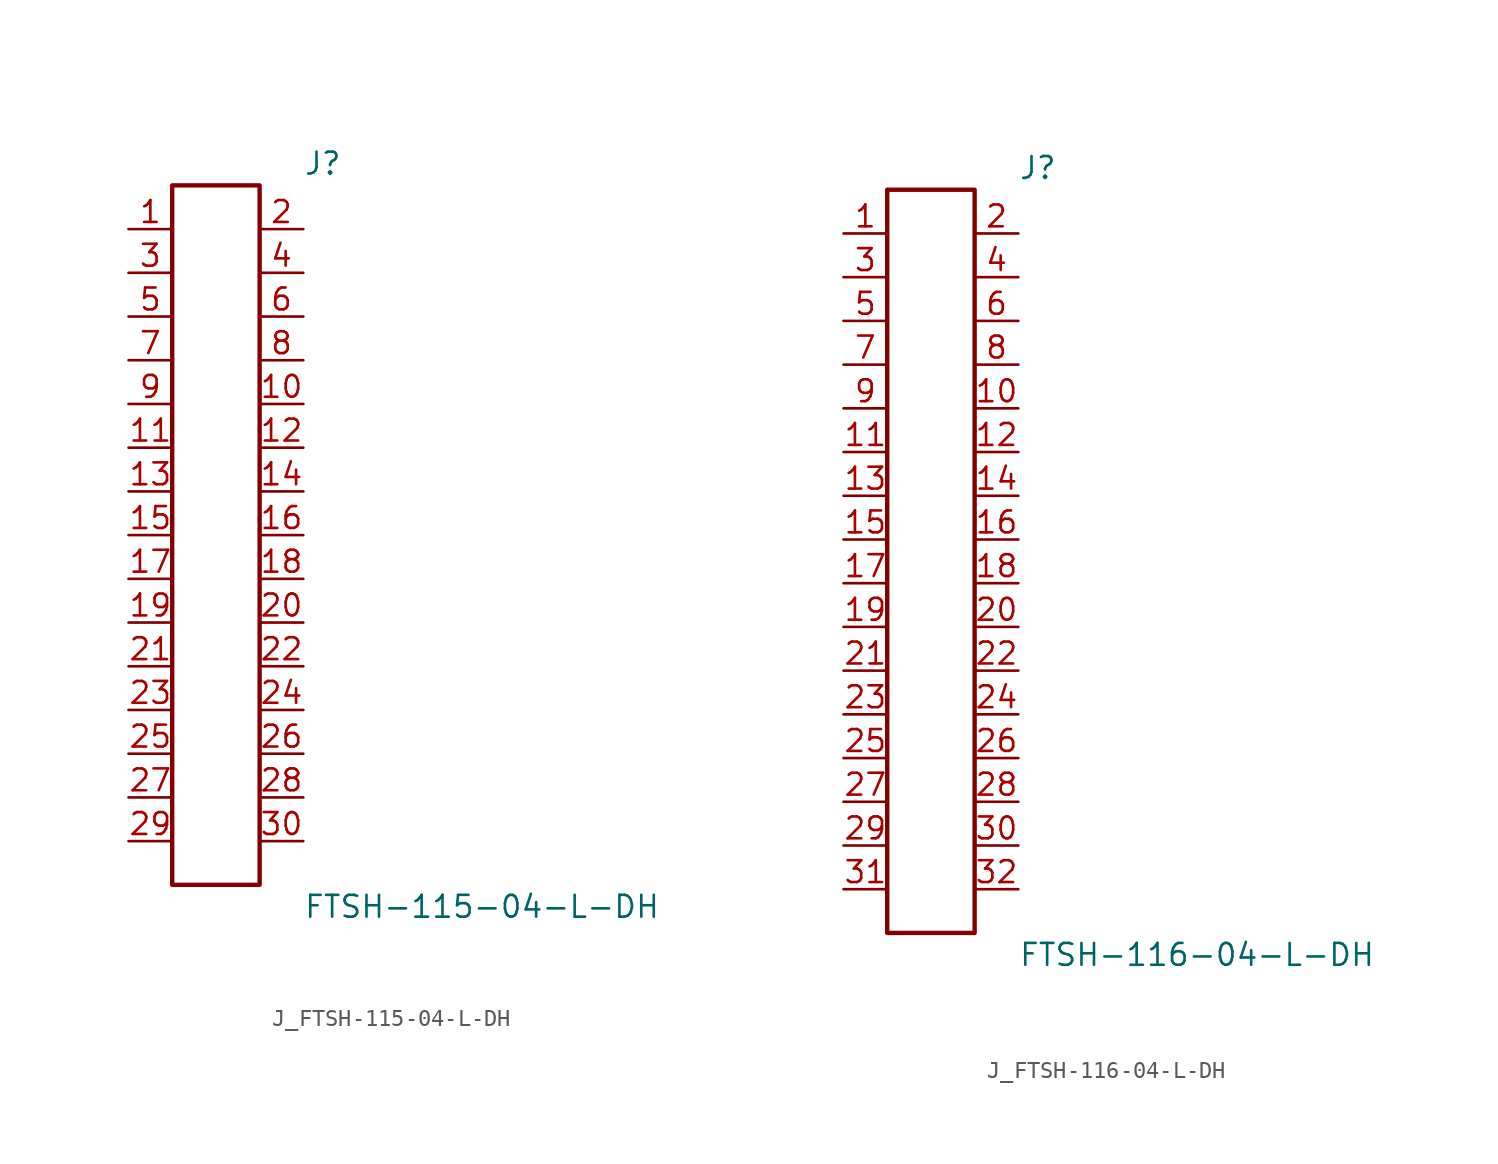
<source format=kicad_sym>
(kicad_symbol_lib
  (version 20231120)
  (generator kicad_symbol_editor)
  (generator_version 8.0)
  (symbol "J_FTSH-115-04-L-DH"
    (pin_names
      (offset 0.254))
    (property "Reference" "J"
      (at 5.08 21.59 0)
      (effects (font (size 1.27 1.27)) (justify left)))
    (property "Value" "FTSH-115-04-L-DH"
      (at 5.08 -21.59 0)
      (effects (font (size 1.27 1.27)) (justify left)))
    (symbol "J_FTSH-115-04-L-DH_0_0"
      (pin unspecified line (at -5.08 17.78 0) (length 2.54) (name "" (effects (font (size 1.27 1.27)))) (number "1" (effects (font (size 1.27 1.27)))))
      (pin unspecified line (at 5.08 17.78 180) (length 2.54) (name "" (effects (font (size 1.27 1.27)))) (number "2" (effects (font (size 1.27 1.27)))))
      (pin unspecified line (at -5.08 15.24 0) (length 2.54) (name "" (effects (font (size 1.27 1.27)))) (number "3" (effects (font (size 1.27 1.27)))))
      (pin unspecified line (at 5.08 15.24 180) (length 2.54) (name "" (effects (font (size 1.27 1.27)))) (number "4" (effects (font (size 1.27 1.27)))))
      (pin unspecified line (at -5.08 12.7 0) (length 2.54) (name "" (effects (font (size 1.27 1.27)))) (number "5" (effects (font (size 1.27 1.27)))))
      (pin unspecified line (at 5.08 12.7 180) (length 2.54) (name "" (effects (font (size 1.27 1.27)))) (number "6" (effects (font (size 1.27 1.27)))))
      (pin unspecified line (at -5.08 10.16 0) (length 2.54) (name "" (effects (font (size 1.27 1.27)))) (number "7" (effects (font (size 1.27 1.27)))))
      (pin unspecified line (at 5.08 10.16 180) (length 2.54) (name "" (effects (font (size 1.27 1.27)))) (number "8" (effects (font (size 1.27 1.27)))))
      (pin unspecified line (at -5.08 7.62 0) (length 2.54) (name "" (effects (font (size 1.27 1.27)))) (number "9" (effects (font (size 1.27 1.27)))))
      (pin unspecified line (at 5.08 7.62 180) (length 2.54) (name "" (effects (font (size 1.27 1.27)))) (number "10" (effects (font (size 1.27 1.27)))))
      (pin unspecified line (at -5.08 5.08 0) (length 2.54) (name "" (effects (font (size 1.27 1.27)))) (number "11" (effects (font (size 1.27 1.27)))))
      (pin unspecified line (at 5.08 5.08 180) (length 2.54) (name "" (effects (font (size 1.27 1.27)))) (number "12" (effects (font (size 1.27 1.27)))))
      (pin unspecified line (at -5.08 2.54 0) (length 2.54) (name "" (effects (font (size 1.27 1.27)))) (number "13" (effects (font (size 1.27 1.27)))))
      (pin unspecified line (at 5.08 2.54 180) (length 2.54) (name "" (effects (font (size 1.27 1.27)))) (number "14" (effects (font (size 1.27 1.27)))))
      (pin unspecified line (at -5.08 0.0 0) (length 2.54) (name "" (effects (font (size 1.27 1.27)))) (number "15" (effects (font (size 1.27 1.27)))))
      (pin unspecified line (at 5.08 0.0 180) (length 2.54) (name "" (effects (font (size 1.27 1.27)))) (number "16" (effects (font (size 1.27 1.27)))))
      (pin unspecified line (at -5.08 -2.54 0) (length 2.54) (name "" (effects (font (size 1.27 1.27)))) (number "17" (effects (font (size 1.27 1.27)))))
      (pin unspecified line (at 5.08 -2.54 180) (length 2.54) (name "" (effects (font (size 1.27 1.27)))) (number "18" (effects (font (size 1.27 1.27)))))
      (pin unspecified line (at -5.08 -5.08 0) (length 2.54) (name "" (effects (font (size 1.27 1.27)))) (number "19" (effects (font (size 1.27 1.27)))))
      (pin unspecified line (at 5.08 -5.08 180) (length 2.54) (name "" (effects (font (size 1.27 1.27)))) (number "20" (effects (font (size 1.27 1.27)))))
      (pin unspecified line (at -5.08 -7.62 0) (length 2.54) (name "" (effects (font (size 1.27 1.27)))) (number "21" (effects (font (size 1.27 1.27)))))
      (pin unspecified line (at 5.08 -7.62 180) (length 2.54) (name "" (effects (font (size 1.27 1.27)))) (number "22" (effects (font (size 1.27 1.27)))))
      (pin unspecified line (at -5.08 -10.16 0) (length 2.54) (name "" (effects (font (size 1.27 1.27)))) (number "23" (effects (font (size 1.27 1.27)))))
      (pin unspecified line (at 5.08 -10.16 180) (length 2.54) (name "" (effects (font (size 1.27 1.27)))) (number "24" (effects (font (size 1.27 1.27)))))
      (pin unspecified line (at -5.08 -12.7 0) (length 2.54) (name "" (effects (font (size 1.27 1.27)))) (number "25" (effects (font (size 1.27 1.27)))))
      (pin unspecified line (at 5.08 -12.7 180) (length 2.54) (name "" (effects (font (size 1.27 1.27)))) (number "26" (effects (font (size 1.27 1.27)))))
      (pin unspecified line (at -5.08 -15.24 0) (length 2.54) (name "" (effects (font (size 1.27 1.27)))) (number "27" (effects (font (size 1.27 1.27)))))
      (pin unspecified line (at 5.08 -15.24 180) (length 2.54) (name "" (effects (font (size 1.27 1.27)))) (number "28" (effects (font (size 1.27 1.27)))))
      (pin unspecified line (at -5.08 -17.78 0) (length 2.54) (name "" (effects (font (size 1.27 1.27)))) (number "29" (effects (font (size 1.27 1.27)))))
      (pin unspecified line (at 5.08 -17.78 180) (length 2.54) (name "" (effects (font (size 1.27 1.27)))) (number "30" (effects (font (size 1.27 1.27))))))
    (symbol "J_FTSH-115-04-L-DH_1_0"
      (rectangle (start -2.54 20.32) (end 2.54 -20.32) (stroke (width 0.254) (type solid)) (fill (type none)))))
  (symbol "J_FTSH-116-04-L-DH"
    (pin_names
      (offset 0.254))
    (property "Reference" "J"
      (at 5.08 22.86 0)
      (effects (font (size 1.27 1.27)) (justify left)))
    (property "Value" "FTSH-116-04-L-DH"
      (at 5.08 -22.86 0)
      (effects (font (size 1.27 1.27)) (justify left)))
    (symbol "J_FTSH-116-04-L-DH_0_0"
      (pin unspecified line (at -5.08 19.05 0) (length 2.54) (name "" (effects (font (size 1.27 1.27)))) (number "1" (effects (font (size 1.27 1.27)))))
      (pin unspecified line (at 5.08 19.05 180) (length 2.54) (name "" (effects (font (size 1.27 1.27)))) (number "2" (effects (font (size 1.27 1.27)))))
      (pin unspecified line (at -5.08 16.51 0) (length 2.54) (name "" (effects (font (size 1.27 1.27)))) (number "3" (effects (font (size 1.27 1.27)))))
      (pin unspecified line (at 5.08 16.51 180) (length 2.54) (name "" (effects (font (size 1.27 1.27)))) (number "4" (effects (font (size 1.27 1.27)))))
      (pin unspecified line (at -5.08 13.97 0) (length 2.54) (name "" (effects (font (size 1.27 1.27)))) (number "5" (effects (font (size 1.27 1.27)))))
      (pin unspecified line (at 5.08 13.97 180) (length 2.54) (name "" (effects (font (size 1.27 1.27)))) (number "6" (effects (font (size 1.27 1.27)))))
      (pin unspecified line (at -5.08 11.43 0) (length 2.54) (name "" (effects (font (size 1.27 1.27)))) (number "7" (effects (font (size 1.27 1.27)))))
      (pin unspecified line (at 5.08 11.43 180) (length 2.54) (name "" (effects (font (size 1.27 1.27)))) (number "8" (effects (font (size 1.27 1.27)))))
      (pin unspecified line (at -5.08 8.89 0) (length 2.54) (name "" (effects (font (size 1.27 1.27)))) (number "9" (effects (font (size 1.27 1.27)))))
      (pin unspecified line (at 5.08 8.89 180) (length 2.54) (name "" (effects (font (size 1.27 1.27)))) (number "10" (effects (font (size 1.27 1.27)))))
      (pin unspecified line (at -5.08 6.35 0) (length 2.54) (name "" (effects (font (size 1.27 1.27)))) (number "11" (effects (font (size 1.27 1.27)))))
      (pin unspecified line (at 5.08 6.35 180) (length 2.54) (name "" (effects (font (size 1.27 1.27)))) (number "12" (effects (font (size 1.27 1.27)))))
      (pin unspecified line (at -5.08 3.81 0) (length 2.54) (name "" (effects (font (size 1.27 1.27)))) (number "13" (effects (font (size 1.27 1.27)))))
      (pin unspecified line (at 5.08 3.81 180) (length 2.54) (name "" (effects (font (size 1.27 1.27)))) (number "14" (effects (font (size 1.27 1.27)))))
      (pin unspecified line (at -5.08 1.27 0) (length 2.54) (name "" (effects (font (size 1.27 1.27)))) (number "15" (effects (font (size 1.27 1.27)))))
      (pin unspecified line (at 5.08 1.27 180) (length 2.54) (name "" (effects (font (size 1.27 1.27)))) (number "16" (effects (font (size 1.27 1.27)))))
      (pin unspecified line (at -5.08 -1.27 0) (length 2.54) (name "" (effects (font (size 1.27 1.27)))) (number "17" (effects (font (size 1.27 1.27)))))
      (pin unspecified line (at 5.08 -1.27 180) (length 2.54) (name "" (effects (font (size 1.27 1.27)))) (number "18" (effects (font (size 1.27 1.27)))))
      (pin unspecified line (at -5.08 -3.81 0) (length 2.54) (name "" (effects (font (size 1.27 1.27)))) (number "19" (effects (font (size 1.27 1.27)))))
      (pin unspecified line (at 5.08 -3.81 180) (length 2.54) (name "" (effects (font (size 1.27 1.27)))) (number "20" (effects (font (size 1.27 1.27)))))
      (pin unspecified line (at -5.08 -6.35 0) (length 2.54) (name "" (effects (font (size 1.27 1.27)))) (number "21" (effects (font (size 1.27 1.27)))))
      (pin unspecified line (at 5.08 -6.35 180) (length 2.54) (name "" (effects (font (size 1.27 1.27)))) (number "22" (effects (font (size 1.27 1.27)))))
      (pin unspecified line (at -5.08 -8.89 0) (length 2.54) (name "" (effects (font (size 1.27 1.27)))) (number "23" (effects (font (size 1.27 1.27)))))
      (pin unspecified line (at 5.08 -8.89 180) (length 2.54) (name "" (effects (font (size 1.27 1.27)))) (number "24" (effects (font (size 1.27 1.27)))))
      (pin unspecified line (at -5.08 -11.43 0) (length 2.54) (name "" (effects (font (size 1.27 1.27)))) (number "25" (effects (font (size 1.27 1.27)))))
      (pin unspecified line (at 5.08 -11.43 180) (length 2.54) (name "" (effects (font (size 1.27 1.27)))) (number "26" (effects (font (size 1.27 1.27)))))
      (pin unspecified line (at -5.08 -13.97 0) (length 2.54) (name "" (effects (font (size 1.27 1.27)))) (number "27" (effects (font (size 1.27 1.27)))))
      (pin unspecified line (at 5.08 -13.97 180) (length 2.54) (name "" (effects (font (size 1.27 1.27)))) (number "28" (effects (font (size 1.27 1.27)))))
      (pin unspecified line (at -5.08 -16.51 0) (length 2.54) (name "" (effects (font (size 1.27 1.27)))) (number "29" (effects (font (size 1.27 1.27)))))
      (pin unspecified line (at 5.08 -16.51 180) (length 2.54) (name "" (effects (font (size 1.27 1.27)))) (number "30" (effects (font (size 1.27 1.27)))))
      (pin unspecified line (at -5.08 -19.05 0) (length 2.54) (name "" (effects (font (size 1.27 1.27)))) (number "31" (effects (font (size 1.27 1.27)))))
      (pin unspecified line (at 5.08 -19.05 180) (length 2.54) (name "" (effects (font (size 1.27 1.27)))) (number "32" (effects (font (size 1.27 1.27))))))
    (symbol "J_FTSH-116-04-L-DH_1_0"
      (rectangle (start -2.54 21.59) (end 2.54 -21.59) (stroke (width 0.254) (type solid)) (fill (type none))))))
</source>
